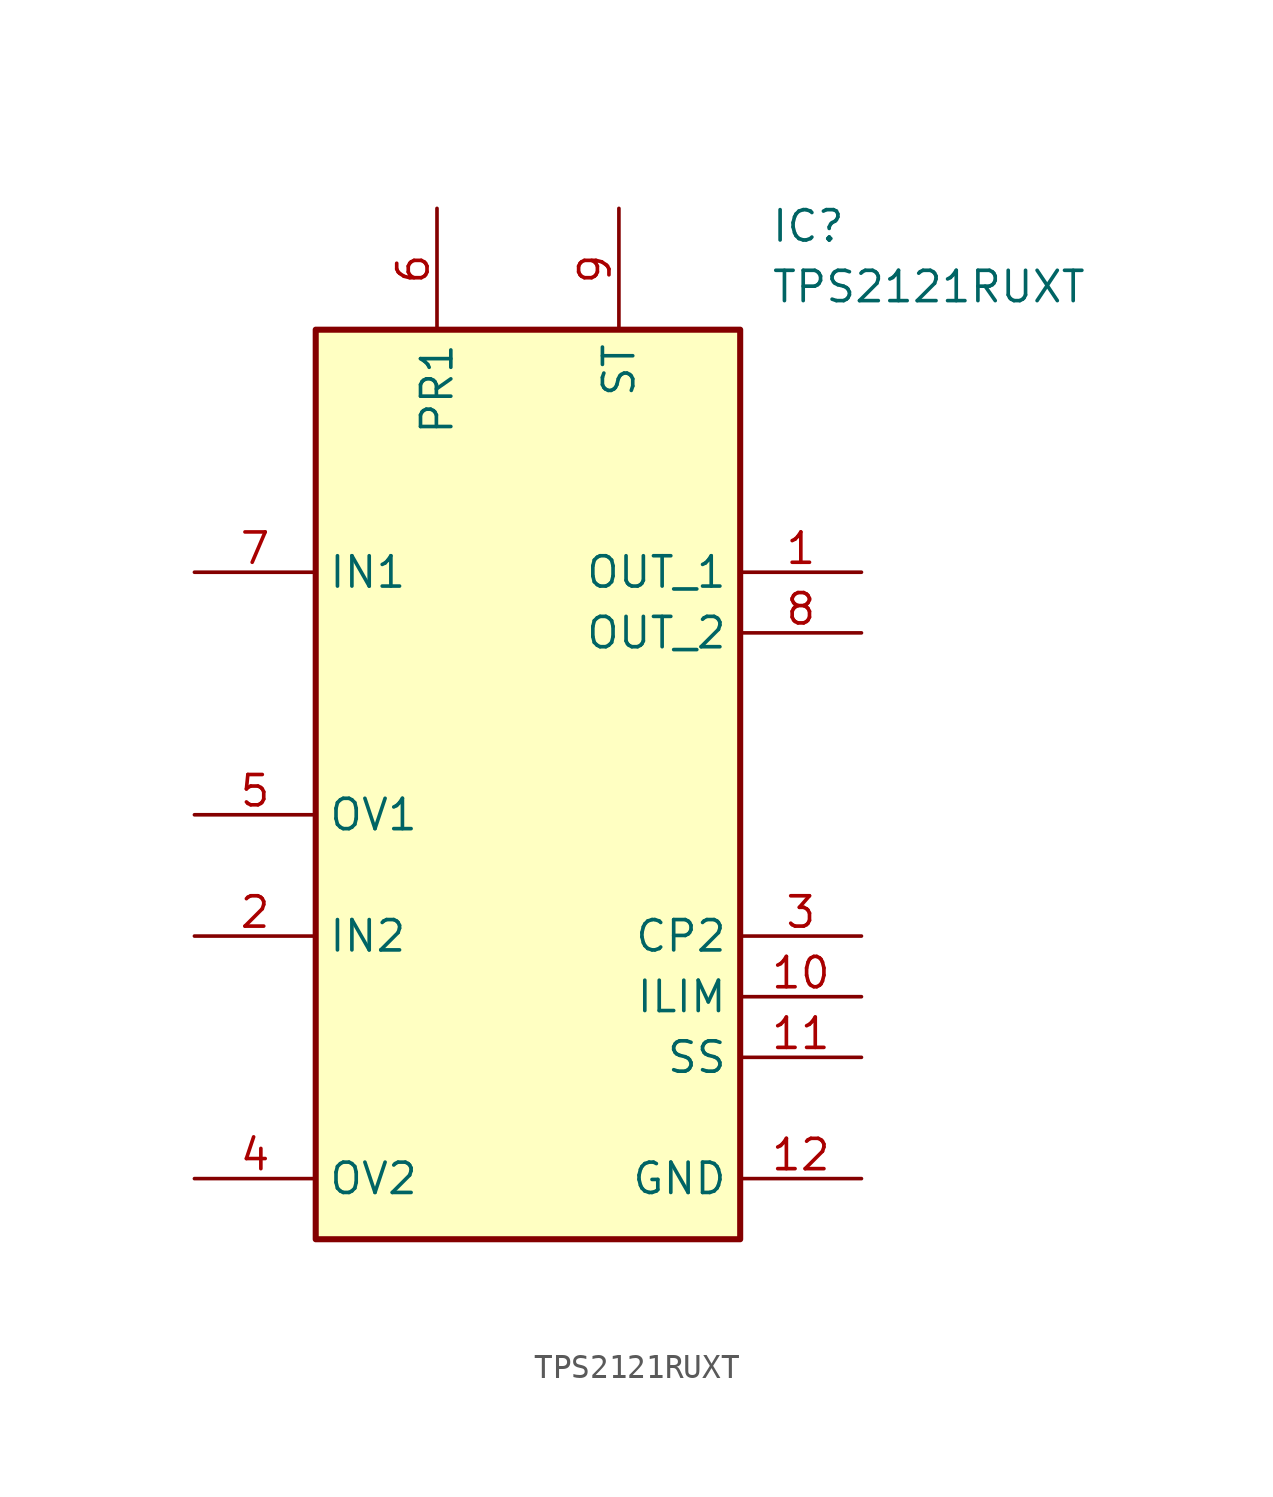
<source format=kicad_sym>
(kicad_symbol_lib
  (version 20211014)
  (generator SamacSys_ECAD_Model)
  (symbol "TPS2121RUXT"
    (property "Reference" "IC"
      (at 24.13 15.24 0)
      (effects (font (size 1.27 1.27)) (justify left top)))
    (property "Value" "TPS2121RUXT"
      (at 24.13 12.7 0)
      (effects (font (size 1.27 1.27)) (justify left top)))
    (rectangle
      (start 5.08 10.16)
      (end 22.86 -27.94)
      (stroke (width 0.254) (type default))
      (fill (type background)))
    (pin passive line
      (at 27.94 0 180)
      (length 5.08)
      (name "OUT_1" (effects (font (size 1.27 1.27))))
      (number "1" (effects (font (size 1.27 1.27)))))
    (pin passive line
      (at 0 -15.24 0)
      (length 5.08)
      (name "IN2" (effects (font (size 1.27 1.27))))
      (number "2" (effects (font (size 1.27 1.27)))))
    (pin passive line
      (at 27.94 -15.24 180)
      (length 5.08)
      (name "CP2" (effects (font (size 1.27 1.27))))
      (number "3" (effects (font (size 1.27 1.27)))))
    (pin passive line
      (at 0 -25.4 0)
      (length 5.08)
      (name "OV2" (effects (font (size 1.27 1.27))))
      (number "4" (effects (font (size 1.27 1.27)))))
    (pin passive line
      (at 0 -10.16 0)
      (length 5.08)
      (name "OV1" (effects (font (size 1.27 1.27))))
      (number "5" (effects (font (size 1.27 1.27)))))
    (pin passive line
      (at 10.16 15.24 270)
      (length 5.08)
      (name "PR1" (effects (font (size 1.27 1.27))))
      (number "6" (effects (font (size 1.27 1.27)))))
    (pin passive line
      (at 0 0 0)
      (length 5.08)
      (name "IN1" (effects (font (size 1.27 1.27))))
      (number "7" (effects (font (size 1.27 1.27)))))
    (pin passive line
      (at 27.94 -2.54 180)
      (length 5.08)
      (name "OUT_2" (effects (font (size 1.27 1.27))))
      (number "8" (effects (font (size 1.27 1.27)))))
    (pin passive line
      (at 17.78 15.24 270)
      (length 5.08)
      (name "ST" (effects (font (size 1.27 1.27))))
      (number "9" (effects (font (size 1.27 1.27)))))
    (pin passive line
      (at 27.94 -17.78 180)
      (length 5.08)
      (name "ILIM" (effects (font (size 1.27 1.27))))
      (number "10" (effects (font (size 1.27 1.27)))))
    (pin passive line
      (at 27.94 -20.32 180)
      (length 5.08)
      (name "SS" (effects (font (size 1.27 1.27))))
      (number "11" (effects (font (size 1.27 1.27)))))
    (pin passive line
      (at 27.94 -25.4 180)
      (length 5.08)
      (name "GND" (effects (font (size 1.27 1.27))))
      (number "12" (effects (font (size 1.27 1.27)))))))
</source>
